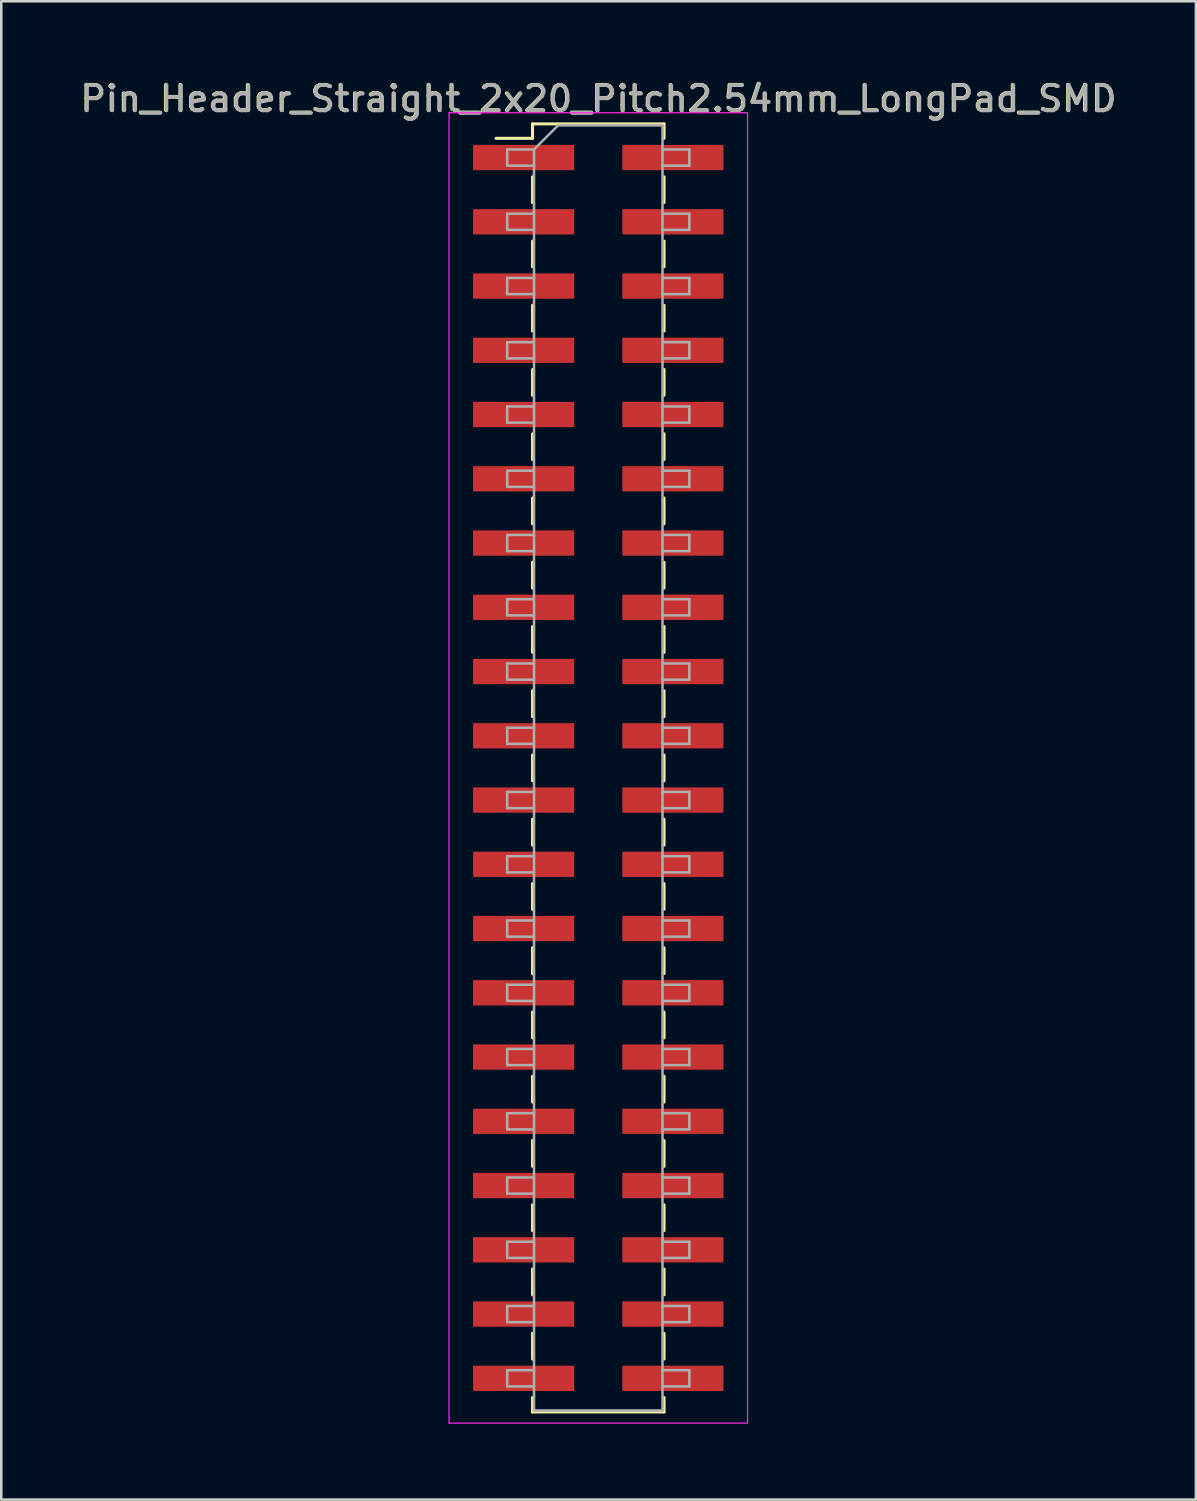
<source format=kicad_pcb>
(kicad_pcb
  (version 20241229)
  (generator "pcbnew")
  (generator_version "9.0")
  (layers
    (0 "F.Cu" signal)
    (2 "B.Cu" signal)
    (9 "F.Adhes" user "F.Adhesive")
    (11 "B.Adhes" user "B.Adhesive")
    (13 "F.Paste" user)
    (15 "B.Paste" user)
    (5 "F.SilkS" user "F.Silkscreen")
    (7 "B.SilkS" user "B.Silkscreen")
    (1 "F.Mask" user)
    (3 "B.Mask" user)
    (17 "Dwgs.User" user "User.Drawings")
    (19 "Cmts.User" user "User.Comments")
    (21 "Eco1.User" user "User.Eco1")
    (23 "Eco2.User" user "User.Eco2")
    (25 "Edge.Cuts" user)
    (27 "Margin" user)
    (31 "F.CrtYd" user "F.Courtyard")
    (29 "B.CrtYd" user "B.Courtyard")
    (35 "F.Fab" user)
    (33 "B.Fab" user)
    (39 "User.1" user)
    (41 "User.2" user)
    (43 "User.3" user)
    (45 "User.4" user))
  (footprint "Pin_Header_Straight_2x20_Pitch2.54mm_LongPad_SMD"
    (layer "F.Cu")
    (at 20.601 27.308)
    (property "Reference" "Pin_Header_Straight_2x20_Pitch2.54mm_LongPad_SMD" (at 0 -26.46 0) (layer "F.SilkS") (effects (font (size 1 1) (thickness 0.15))))
    (attr smd)
    (fp_line (start -4.04 -24.89) (end -2.6 -24.89) (stroke (width 0.12) (type solid)) (layer "F.SilkS"))
    (fp_line (start -2.6 -25.46) (end -2.6 -24.89) (stroke (width 0.12) (type solid)) (layer "F.SilkS"))
    (fp_line (start -2.6 -25.46) (end 2.6 -25.46) (stroke (width 0.12) (type solid)) (layer "F.SilkS"))
    (fp_line (start -2.6 -23.37) (end -2.6 -22.35) (stroke (width 0.12) (type solid)) (layer "F.SilkS"))
    (fp_line (start -2.6 -20.83) (end -2.6 -19.81) (stroke (width 0.12) (type solid)) (layer "F.SilkS"))
    (fp_line (start -2.6 -18.29) (end -2.6 -17.27) (stroke (width 0.12) (type solid)) (layer "F.SilkS"))
    (fp_line (start -2.6 -15.75) (end -2.6 -14.73) (stroke (width 0.12) (type solid)) (layer "F.SilkS"))
    (fp_line (start -2.6 -13.21) (end -2.6 -12.19) (stroke (width 0.12) (type solid)) (layer "F.SilkS"))
    (fp_line (start -2.6 -10.67) (end -2.6 -9.65) (stroke (width 0.12) (type solid)) (layer "F.SilkS"))
    (fp_line (start -2.6 -8.13) (end -2.6 -7.11) (stroke (width 0.12) (type solid)) (layer "F.SilkS"))
    (fp_line (start -2.6 -5.59) (end -2.6 -4.57) (stroke (width 0.12) (type solid)) (layer "F.SilkS"))
    (fp_line (start -2.6 -3.05) (end -2.6 -2.03) (stroke (width 0.12) (type solid)) (layer "F.SilkS"))
    (fp_line (start -2.6 -0.51) (end -2.6 0.51) (stroke (width 0.12) (type solid)) (layer "F.SilkS"))
    (fp_line (start -2.6 2.03) (end -2.6 3.05) (stroke (width 0.12) (type solid)) (layer "F.SilkS"))
    (fp_line (start -2.6 4.57) (end -2.6 5.59) (stroke (width 0.12) (type solid)) (layer "F.SilkS"))
    (fp_line (start -2.6 7.11) (end -2.6 8.13) (stroke (width 0.12) (type solid)) (layer "F.SilkS"))
    (fp_line (start -2.6 9.65) (end -2.6 10.67) (stroke (width 0.12) (type solid)) (layer "F.SilkS"))
    (fp_line (start -2.6 12.19) (end -2.6 13.21) (stroke (width 0.12) (type solid)) (layer "F.SilkS"))
    (fp_line (start -2.6 14.73) (end -2.6 15.75) (stroke (width 0.12) (type solid)) (layer "F.SilkS"))
    (fp_line (start -2.6 17.27) (end -2.6 18.29) (stroke (width 0.12) (type solid)) (layer "F.SilkS"))
    (fp_line (start -2.6 19.81) (end -2.6 20.83) (stroke (width 0.12) (type solid)) (layer "F.SilkS"))
    (fp_line (start -2.6 22.35) (end -2.6 23.37) (stroke (width 0.12) (type solid)) (layer "F.SilkS"))
    (fp_line (start -2.6 24.89) (end -2.6 25.46) (stroke (width 0.12) (type solid)) (layer "F.SilkS"))
    (fp_line (start -2.6 25.46) (end 2.6 25.46) (stroke (width 0.12) (type solid)) (layer "F.SilkS"))
    (fp_line (start 2.6 -25.46) (end 2.6 -24.89) (stroke (width 0.12) (type solid)) (layer "F.SilkS"))
    (fp_line (start 2.6 -23.37) (end 2.6 -22.35) (stroke (width 0.12) (type solid)) (layer "F.SilkS"))
    (fp_line (start 2.6 -20.83) (end 2.6 -19.81) (stroke (width 0.12) (type solid)) (layer "F.SilkS"))
    (fp_line (start 2.6 -18.29) (end 2.6 -17.27) (stroke (width 0.12) (type solid)) (layer "F.SilkS"))
    (fp_line (start 2.6 -15.75) (end 2.6 -14.73) (stroke (width 0.12) (type solid)) (layer "F.SilkS"))
    (fp_line (start 2.6 -13.21) (end 2.6 -12.19) (stroke (width 0.12) (type solid)) (layer "F.SilkS"))
    (fp_line (start 2.6 -10.67) (end 2.6 -9.65) (stroke (width 0.12) (type solid)) (layer "F.SilkS"))
    (fp_line (start 2.6 -8.13) (end 2.6 -7.11) (stroke (width 0.12) (type solid)) (layer "F.SilkS"))
    (fp_line (start 2.6 -5.59) (end 2.6 -4.57) (stroke (width 0.12) (type solid)) (layer "F.SilkS"))
    (fp_line (start 2.6 -3.05) (end 2.6 -2.03) (stroke (width 0.12) (type solid)) (layer "F.SilkS"))
    (fp_line (start 2.6 -0.51) (end 2.6 0.51) (stroke (width 0.12) (type solid)) (layer "F.SilkS"))
    (fp_line (start 2.6 2.03) (end 2.6 3.05) (stroke (width 0.12) (type solid)) (layer "F.SilkS"))
    (fp_line (start 2.6 4.57) (end 2.6 5.59) (stroke (width 0.12) (type solid)) (layer "F.SilkS"))
    (fp_line (start 2.6 7.11) (end 2.6 8.13) (stroke (width 0.12) (type solid)) (layer "F.SilkS"))
    (fp_line (start 2.6 9.65) (end 2.6 10.67) (stroke (width 0.12) (type solid)) (layer "F.SilkS"))
    (fp_line (start 2.6 12.19) (end 2.6 13.21) (stroke (width 0.12) (type solid)) (layer "F.SilkS"))
    (fp_line (start 2.6 14.73) (end 2.6 15.75) (stroke (width 0.12) (type solid)) (layer "F.SilkS"))
    (fp_line (start 2.6 17.27) (end 2.6 18.29) (stroke (width 0.12) (type solid)) (layer "F.SilkS"))
    (fp_line (start 2.6 19.81) (end 2.6 20.83) (stroke (width 0.12) (type solid)) (layer "F.SilkS"))
    (fp_line (start 2.6 22.35) (end 2.6 23.37) (stroke (width 0.12) (type solid)) (layer "F.SilkS"))
    (fp_line (start 2.6 24.89) (end 2.6 25.46) (stroke (width 0.12) (type solid)) (layer "F.SilkS"))
    (fp_line (start -5.9 -25.9) (end -5.9 25.9) (stroke (width 0.05) (type solid)) (layer "F.CrtYd"))
    (fp_line (start -5.9 25.9) (end 5.9 25.9) (stroke (width 0.05) (type solid)) (layer "F.CrtYd"))
    (fp_line (start 5.9 -25.9) (end -5.9 -25.9) (stroke (width 0.05) (type solid)) (layer "F.CrtYd"))
    (fp_line (start 5.9 25.9) (end 5.9 -25.9) (stroke (width 0.05) (type solid)) (layer "F.CrtYd"))
    (fp_line (start -3.6 -24.45) (end -3.6 -23.81) (stroke (width 0.1) (type solid)) (layer "F.Fab"))
    (fp_line (start -3.6 -23.81) (end -2.54 -23.81) (stroke (width 0.1) (type solid)) (layer "F.Fab"))
    (fp_line (start -3.6 -21.91) (end -3.6 -21.27) (stroke (width 0.1) (type solid)) (layer "F.Fab"))
    (fp_line (start -3.6 -21.27) (end -2.54 -21.27) (stroke (width 0.1) (type solid)) (layer "F.Fab"))
    (fp_line (start -3.6 -19.37) (end -3.6 -18.73) (stroke (width 0.1) (type solid)) (layer "F.Fab"))
    (fp_line (start -3.6 -18.73) (end -2.54 -18.73) (stroke (width 0.1) (type solid)) (layer "F.Fab"))
    (fp_line (start -3.6 -16.83) (end -3.6 -16.19) (stroke (width 0.1) (type solid)) (layer "F.Fab"))
    (fp_line (start -3.6 -16.19) (end -2.54 -16.19) (stroke (width 0.1) (type solid)) (layer "F.Fab"))
    (fp_line (start -3.6 -14.29) (end -3.6 -13.65) (stroke (width 0.1) (type solid)) (layer "F.Fab"))
    (fp_line (start -3.6 -13.65) (end -2.54 -13.65) (stroke (width 0.1) (type solid)) (layer "F.Fab"))
    (fp_line (start -3.6 -11.75) (end -3.6 -11.11) (stroke (width 0.1) (type solid)) (layer "F.Fab"))
    (fp_line (start -3.6 -11.11) (end -2.54 -11.11) (stroke (width 0.1) (type solid)) (layer "F.Fab"))
    (fp_line (start -3.6 -9.21) (end -3.6 -8.57) (stroke (width 0.1) (type solid)) (layer "F.Fab"))
    (fp_line (start -3.6 -8.57) (end -2.54 -8.57) (stroke (width 0.1) (type solid)) (layer "F.Fab"))
    (fp_line (start -3.6 -6.67) (end -3.6 -6.03) (stroke (width 0.1) (type solid)) (layer "F.Fab"))
    (fp_line (start -3.6 -6.03) (end -2.54 -6.03) (stroke (width 0.1) (type solid)) (layer "F.Fab"))
    (fp_line (start -3.6 -4.13) (end -3.6 -3.49) (stroke (width 0.1) (type solid)) (layer "F.Fab"))
    (fp_line (start -3.6 -3.49) (end -2.54 -3.49) (stroke (width 0.1) (type solid)) (layer "F.Fab"))
    (fp_line (start -3.6 -1.59) (end -3.6 -0.95) (stroke (width 0.1) (type solid)) (layer "F.Fab"))
    (fp_line (start -3.6 -0.95) (end -2.54 -0.95) (stroke (width 0.1) (type solid)) (layer "F.Fab"))
    (fp_line (start -3.6 0.95) (end -3.6 1.59) (stroke (width 0.1) (type solid)) (layer "F.Fab"))
    (fp_line (start -3.6 1.59) (end -2.54 1.59) (stroke (width 0.1) (type solid)) (layer "F.Fab"))
    (fp_line (start -3.6 3.49) (end -3.6 4.13) (stroke (width 0.1) (type solid)) (layer "F.Fab"))
    (fp_line (start -3.6 4.13) (end -2.54 4.13) (stroke (width 0.1) (type solid)) (layer "F.Fab"))
    (fp_line (start -3.6 6.03) (end -3.6 6.67) (stroke (width 0.1) (type solid)) (layer "F.Fab"))
    (fp_line (start -3.6 6.67) (end -2.54 6.67) (stroke (width 0.1) (type solid)) (layer "F.Fab"))
    (fp_line (start -3.6 8.57) (end -3.6 9.21) (stroke (width 0.1) (type solid)) (layer "F.Fab"))
    (fp_line (start -3.6 9.21) (end -2.54 9.21) (stroke (width 0.1) (type solid)) (layer "F.Fab"))
    (fp_line (start -3.6 11.11) (end -3.6 11.75) (stroke (width 0.1) (type solid)) (layer "F.Fab"))
    (fp_line (start -3.6 11.75) (end -2.54 11.75) (stroke (width 0.1) (type solid)) (layer "F.Fab"))
    (fp_line (start -3.6 13.65) (end -3.6 14.29) (stroke (width 0.1) (type solid)) (layer "F.Fab"))
    (fp_line (start -3.6 14.29) (end -2.54 14.29) (stroke (width 0.1) (type solid)) (layer "F.Fab"))
    (fp_line (start -3.6 16.19) (end -3.6 16.83) (stroke (width 0.1) (type solid)) (layer "F.Fab"))
    (fp_line (start -3.6 16.83) (end -2.54 16.83) (stroke (width 0.1) (type solid)) (layer "F.Fab"))
    (fp_line (start -3.6 18.73) (end -3.6 19.37) (stroke (width 0.1) (type solid)) (layer "F.Fab"))
    (fp_line (start -3.6 19.37) (end -2.54 19.37) (stroke (width 0.1) (type solid)) (layer "F.Fab"))
    (fp_line (start -3.6 21.27) (end -3.6 21.91) (stroke (width 0.1) (type solid)) (layer "F.Fab"))
    (fp_line (start -3.6 21.91) (end -2.54 21.91) (stroke (width 0.1) (type solid)) (layer "F.Fab"))
    (fp_line (start -3.6 23.81) (end -3.6 24.45) (stroke (width 0.1) (type solid)) (layer "F.Fab"))
    (fp_line (start -3.6 24.45) (end -2.54 24.45) (stroke (width 0.1) (type solid)) (layer "F.Fab"))
    (fp_line (start -2.54 -24.45) (end -3.6 -24.45) (stroke (width 0.1) (type solid)) (layer "F.Fab"))
    (fp_line (start -2.54 -24.45) (end -1.59 -25.4) (stroke (width 0.1) (type solid)) (layer "F.Fab"))
    (fp_line (start -2.54 -21.91) (end -3.6 -21.91) (stroke (width 0.1) (type solid)) (layer "F.Fab"))
    (fp_line (start -2.54 -19.37) (end -3.6 -19.37) (stroke (width 0.1) (type solid)) (layer "F.Fab"))
    (fp_line (start -2.54 -16.83) (end -3.6 -16.83) (stroke (width 0.1) (type solid)) (layer "F.Fab"))
    (fp_line (start -2.54 -14.29) (end -3.6 -14.29) (stroke (width 0.1) (type solid)) (layer "F.Fab"))
    (fp_line (start -2.54 -11.75) (end -3.6 -11.75) (stroke (width 0.1) (type solid)) (layer "F.Fab"))
    (fp_line (start -2.54 -9.21) (end -3.6 -9.21) (stroke (width 0.1) (type solid)) (layer "F.Fab"))
    (fp_line (start -2.54 -6.67) (end -3.6 -6.67) (stroke (width 0.1) (type solid)) (layer "F.Fab"))
    (fp_line (start -2.54 -4.13) (end -3.6 -4.13) (stroke (width 0.1) (type solid)) (layer "F.Fab"))
    (fp_line (start -2.54 -1.59) (end -3.6 -1.59) (stroke (width 0.1) (type solid)) (layer "F.Fab"))
    (fp_line (start -2.54 0.95) (end -3.6 0.95) (stroke (width 0.1) (type solid)) (layer "F.Fab"))
    (fp_line (start -2.54 3.49) (end -3.6 3.49) (stroke (width 0.1) (type solid)) (layer "F.Fab"))
    (fp_line (start -2.54 6.03) (end -3.6 6.03) (stroke (width 0.1) (type solid)) (layer "F.Fab"))
    (fp_line (start -2.54 8.57) (end -3.6 8.57) (stroke (width 0.1) (type solid)) (layer "F.Fab"))
    (fp_line (start -2.54 11.11) (end -3.6 11.11) (stroke (width 0.1) (type solid)) (layer "F.Fab"))
    (fp_line (start -2.54 13.65) (end -3.6 13.65) (stroke (width 0.1) (type solid)) (layer "F.Fab"))
    (fp_line (start -2.54 16.19) (end -3.6 16.19) (stroke (width 0.1) (type solid)) (layer "F.Fab"))
    (fp_line (start -2.54 18.73) (end -3.6 18.73) (stroke (width 0.1) (type solid)) (layer "F.Fab"))
    (fp_line (start -2.54 21.27) (end -3.6 21.27) (stroke (width 0.1) (type solid)) (layer "F.Fab"))
    (fp_line (start -2.54 23.81) (end -3.6 23.81) (stroke (width 0.1) (type solid)) (layer "F.Fab"))
    (fp_line (start -2.54 25.4) (end -2.54 -24.45) (stroke (width 0.1) (type solid)) (layer "F.Fab"))
    (fp_line (start -1.59 -25.4) (end 2.54 -25.4) (stroke (width 0.1) (type solid)) (layer "F.Fab"))
    (fp_line (start 2.54 -25.4) (end 2.54 25.4) (stroke (width 0.1) (type solid)) (layer "F.Fab"))
    (fp_line (start 2.54 -24.45) (end 3.6 -24.45) (stroke (width 0.1) (type solid)) (layer "F.Fab"))
    (fp_line (start 2.54 -21.91) (end 3.6 -21.91) (stroke (width 0.1) (type solid)) (layer "F.Fab"))
    (fp_line (start 2.54 -19.37) (end 3.6 -19.37) (stroke (width 0.1) (type solid)) (layer "F.Fab"))
    (fp_line (start 2.54 -16.83) (end 3.6 -16.83) (stroke (width 0.1) (type solid)) (layer "F.Fab"))
    (fp_line (start 2.54 -14.29) (end 3.6 -14.29) (stroke (width 0.1) (type solid)) (layer "F.Fab"))
    (fp_line (start 2.54 -11.75) (end 3.6 -11.75) (stroke (width 0.1) (type solid)) (layer "F.Fab"))
    (fp_line (start 2.54 -9.21) (end 3.6 -9.21) (stroke (width 0.1) (type solid)) (layer "F.Fab"))
    (fp_line (start 2.54 -6.67) (end 3.6 -6.67) (stroke (width 0.1) (type solid)) (layer "F.Fab"))
    (fp_line (start 2.54 -4.13) (end 3.6 -4.13) (stroke (width 0.1) (type solid)) (layer "F.Fab"))
    (fp_line (start 2.54 -1.59) (end 3.6 -1.59) (stroke (width 0.1) (type solid)) (layer "F.Fab"))
    (fp_line (start 2.54 0.95) (end 3.6 0.95) (stroke (width 0.1) (type solid)) (layer "F.Fab"))
    (fp_line (start 2.54 3.49) (end 3.6 3.49) (stroke (width 0.1) (type solid)) (layer "F.Fab"))
    (fp_line (start 2.54 6.03) (end 3.6 6.03) (stroke (width 0.1) (type solid)) (layer "F.Fab"))
    (fp_line (start 2.54 8.57) (end 3.6 8.57) (stroke (width 0.1) (type solid)) (layer "F.Fab"))
    (fp_line (start 2.54 11.11) (end 3.6 11.11) (stroke (width 0.1) (type solid)) (layer "F.Fab"))
    (fp_line (start 2.54 13.65) (end 3.6 13.65) (stroke (width 0.1) (type solid)) (layer "F.Fab"))
    (fp_line (start 2.54 16.19) (end 3.6 16.19) (stroke (width 0.1) (type solid)) (layer "F.Fab"))
    (fp_line (start 2.54 18.73) (end 3.6 18.73) (stroke (width 0.1) (type solid)) (layer "F.Fab"))
    (fp_line (start 2.54 21.27) (end 3.6 21.27) (stroke (width 0.1) (type solid)) (layer "F.Fab"))
    (fp_line (start 2.54 23.81) (end 3.6 23.81) (stroke (width 0.1) (type solid)) (layer "F.Fab"))
    (fp_line (start 2.54 25.4) (end -2.54 25.4) (stroke (width 0.1) (type solid)) (layer "F.Fab"))
    (fp_line (start 3.6 -24.45) (end 3.6 -23.81) (stroke (width 0.1) (type solid)) (layer "F.Fab"))
    (fp_line (start 3.6 -23.81) (end 2.54 -23.81) (stroke (width 0.1) (type solid)) (layer "F.Fab"))
    (fp_line (start 3.6 -21.91) (end 3.6 -21.27) (stroke (width 0.1) (type solid)) (layer "F.Fab"))
    (fp_line (start 3.6 -21.27) (end 2.54 -21.27) (stroke (width 0.1) (type solid)) (layer "F.Fab"))
    (fp_line (start 3.6 -19.37) (end 3.6 -18.73) (stroke (width 0.1) (type solid)) (layer "F.Fab"))
    (fp_line (start 3.6 -18.73) (end 2.54 -18.73) (stroke (width 0.1) (type solid)) (layer "F.Fab"))
    (fp_line (start 3.6 -16.83) (end 3.6 -16.19) (stroke (width 0.1) (type solid)) (layer "F.Fab"))
    (fp_line (start 3.6 -16.19) (end 2.54 -16.19) (stroke (width 0.1) (type solid)) (layer "F.Fab"))
    (fp_line (start 3.6 -14.29) (end 3.6 -13.65) (stroke (width 0.1) (type solid)) (layer "F.Fab"))
    (fp_line (start 3.6 -13.65) (end 2.54 -13.65) (stroke (width 0.1) (type solid)) (layer "F.Fab"))
    (fp_line (start 3.6 -11.75) (end 3.6 -11.11) (stroke (width 0.1) (type solid)) (layer "F.Fab"))
    (fp_line (start 3.6 -11.11) (end 2.54 -11.11) (stroke (width 0.1) (type solid)) (layer "F.Fab"))
    (fp_line (start 3.6 -9.21) (end 3.6 -8.57) (stroke (width 0.1) (type solid)) (layer "F.Fab"))
    (fp_line (start 3.6 -8.57) (end 2.54 -8.57) (stroke (width 0.1) (type solid)) (layer "F.Fab"))
    (fp_line (start 3.6 -6.67) (end 3.6 -6.03) (stroke (width 0.1) (type solid)) (layer "F.Fab"))
    (fp_line (start 3.6 -6.03) (end 2.54 -6.03) (stroke (width 0.1) (type solid)) (layer "F.Fab"))
    (fp_line (start 3.6 -4.13) (end 3.6 -3.49) (stroke (width 0.1) (type solid)) (layer "F.Fab"))
    (fp_line (start 3.6 -3.49) (end 2.54 -3.49) (stroke (width 0.1) (type solid)) (layer "F.Fab"))
    (fp_line (start 3.6 -1.59) (end 3.6 -0.95) (stroke (width 0.1) (type solid)) (layer "F.Fab"))
    (fp_line (start 3.6 -0.95) (end 2.54 -0.95) (stroke (width 0.1) (type solid)) (layer "F.Fab"))
    (fp_line (start 3.6 0.95) (end 3.6 1.59) (stroke (width 0.1) (type solid)) (layer "F.Fab"))
    (fp_line (start 3.6 1.59) (end 2.54 1.59) (stroke (width 0.1) (type solid)) (layer "F.Fab"))
    (fp_line (start 3.6 3.49) (end 3.6 4.13) (stroke (width 0.1) (type solid)) (layer "F.Fab"))
    (fp_line (start 3.6 4.13) (end 2.54 4.13) (stroke (width 0.1) (type solid)) (layer "F.Fab"))
    (fp_line (start 3.6 6.03) (end 3.6 6.67) (stroke (width 0.1) (type solid)) (layer "F.Fab"))
    (fp_line (start 3.6 6.67) (end 2.54 6.67) (stroke (width 0.1) (type solid)) (layer "F.Fab"))
    (fp_line (start 3.6 8.57) (end 3.6 9.21) (stroke (width 0.1) (type solid)) (layer "F.Fab"))
    (fp_line (start 3.6 9.21) (end 2.54 9.21) (stroke (width 0.1) (type solid)) (layer "F.Fab"))
    (fp_line (start 3.6 11.11) (end 3.6 11.75) (stroke (width 0.1) (type solid)) (layer "F.Fab"))
    (fp_line (start 3.6 11.75) (end 2.54 11.75) (stroke (width 0.1) (type solid)) (layer "F.Fab"))
    (fp_line (start 3.6 13.65) (end 3.6 14.29) (stroke (width 0.1) (type solid)) (layer "F.Fab"))
    (fp_line (start 3.6 14.29) (end 2.54 14.29) (stroke (width 0.1) (type solid)) (layer "F.Fab"))
    (fp_line (start 3.6 16.19) (end 3.6 16.83) (stroke (width 0.1) (type solid)) (layer "F.Fab"))
    (fp_line (start 3.6 16.83) (end 2.54 16.83) (stroke (width 0.1) (type solid)) (layer "F.Fab"))
    (fp_line (start 3.6 18.73) (end 3.6 19.37) (stroke (width 0.1) (type solid)) (layer "F.Fab"))
    (fp_line (start 3.6 19.37) (end 2.54 19.37) (stroke (width 0.1) (type solid)) (layer "F.Fab"))
    (fp_line (start 3.6 21.27) (end 3.6 21.91) (stroke (width 0.1) (type solid)) (layer "F.Fab"))
    (fp_line (start 3.6 21.91) (end 2.54 21.91) (stroke (width 0.1) (type solid)) (layer "F.Fab"))
    (fp_line (start 3.6 23.81) (end 3.6 24.45) (stroke (width 0.1) (type solid)) (layer "F.Fab"))
    (fp_line (start 3.6 24.45) (end 2.54 24.45) (stroke (width 0.1) (type solid)) (layer "F.Fab"))
    (fp_text user "${REFERENCE}" (at 0.025 -26.45 180) (layer "F.Fab") (effects (font (size 1 1) (thickness 0.15))))
    (pad "1" smd rect (at -2.95 -24.13) (size 4 1) (layers "F.Cu" "F.Mask" "F.Paste"))
    (pad "2" smd rect (at 2.95 -24.13) (size 4 1) (layers "F.Cu" "F.Mask" "F.Paste"))
    (pad "3" smd rect (at -2.95 -21.59) (size 4 1) (layers "F.Cu" "F.Mask" "F.Paste"))
    (pad "4" smd rect (at 2.95 -21.59) (size 4 1) (layers "F.Cu" "F.Mask" "F.Paste"))
    (pad "5" smd rect (at -2.95 -19.05) (size 4 1) (layers "F.Cu" "F.Mask" "F.Paste"))
    (pad "6" smd rect (at 2.95 -19.05) (size 4 1) (layers "F.Cu" "F.Mask" "F.Paste"))
    (pad "7" smd rect (at -2.95 -16.51) (size 4 1) (layers "F.Cu" "F.Mask" "F.Paste"))
    (pad "8" smd rect (at 2.95 -16.51) (size 4 1) (layers "F.Cu" "F.Mask" "F.Paste"))
    (pad "9" smd rect (at -2.95 -13.97) (size 4 1) (layers "F.Cu" "F.Mask" "F.Paste"))
    (pad "10" smd rect (at 2.95 -13.97) (size 4 1) (layers "F.Cu" "F.Mask" "F.Paste"))
    (pad "11" smd rect (at -2.95 -11.43) (size 4 1) (layers "F.Cu" "F.Mask" "F.Paste"))
    (pad "12" smd rect (at 2.95 -11.43) (size 4 1) (layers "F.Cu" "F.Mask" "F.Paste"))
    (pad "13" smd rect (at -2.95 -8.89) (size 4 1) (layers "F.Cu" "F.Mask" "F.Paste"))
    (pad "14" smd rect (at 2.95 -8.89) (size 4 1) (layers "F.Cu" "F.Mask" "F.Paste"))
    (pad "15" smd rect (at -2.95 -6.35) (size 4 1) (layers "F.Cu" "F.Mask" "F.Paste"))
    (pad "16" smd rect (at 2.95 -6.35) (size 4 1) (layers "F.Cu" "F.Mask" "F.Paste"))
    (pad "17" smd rect (at -2.95 -3.81) (size 4 1) (layers "F.Cu" "F.Mask" "F.Paste"))
    (pad "18" smd rect (at 2.95 -3.81) (size 4 1) (layers "F.Cu" "F.Mask" "F.Paste"))
    (pad "19" smd rect (at -2.95 -1.27) (size 4 1) (layers "F.Cu" "F.Mask" "F.Paste"))
    (pad "20" smd rect (at 2.95 -1.27) (size 4 1) (layers "F.Cu" "F.Mask" "F.Paste"))
    (pad "21" smd rect (at -2.95 1.27) (size 4 1) (layers "F.Cu" "F.Mask" "F.Paste"))
    (pad "22" smd rect (at 2.95 1.27) (size 4 1) (layers "F.Cu" "F.Mask" "F.Paste"))
    (pad "23" smd rect (at -2.95 3.81) (size 4 1) (layers "F.Cu" "F.Mask" "F.Paste"))
    (pad "24" smd rect (at 2.95 3.81) (size 4 1) (layers "F.Cu" "F.Mask" "F.Paste"))
    (pad "25" smd rect (at -2.95 6.35) (size 4 1) (layers "F.Cu" "F.Mask" "F.Paste"))
    (pad "26" smd rect (at 2.95 6.35) (size 4 1) (layers "F.Cu" "F.Mask" "F.Paste"))
    (pad "27" smd rect (at -2.95 8.89) (size 4 1) (layers "F.Cu" "F.Mask" "F.Paste"))
    (pad "28" smd rect (at 2.95 8.89) (size 4 1) (layers "F.Cu" "F.Mask" "F.Paste"))
    (pad "29" smd rect (at -2.95 11.43) (size 4 1) (layers "F.Cu" "F.Mask" "F.Paste"))
    (pad "30" smd rect (at 2.95 11.43) (size 4 1) (layers "F.Cu" "F.Mask" "F.Paste"))
    (pad "31" smd rect (at -2.95 13.97) (size 4 1) (layers "F.Cu" "F.Mask" "F.Paste"))
    (pad "32" smd rect (at 2.95 13.97) (size 4 1) (layers "F.Cu" "F.Mask" "F.Paste"))
    (pad "33" smd rect (at -2.95 16.51) (size 4 1) (layers "F.Cu" "F.Mask" "F.Paste"))
    (pad "34" smd rect (at 2.95 16.51) (size 4 1) (layers "F.Cu" "F.Mask" "F.Paste"))
    (pad "35" smd rect (at -2.95 19.05) (size 4 1) (layers "F.Cu" "F.Mask" "F.Paste"))
    (pad "36" smd rect (at 2.95 19.05) (size 4 1) (layers "F.Cu" "F.Mask" "F.Paste"))
    (pad "37" smd rect (at -2.95 21.59) (size 4 1) (layers "F.Cu" "F.Mask" "F.Paste"))
    (pad "38" smd rect (at 2.95 21.59) (size 4 1) (layers "F.Cu" "F.Mask" "F.Paste"))
    (pad "39" smd rect (at -2.95 24.13) (size 4 1) (layers "F.Cu" "F.Mask" "F.Paste"))
    (pad "40" smd rect (at 2.95 24.13) (size 4 1) (layers "F.Cu" "F.Mask" "F.Paste")))
  (gr_rect
    (start -3 -3)
    (end 44.227 56.233)
    (stroke (width 0.1) (type default))
    (fill no)
    (layer "Edge.Cuts")))
</source>
